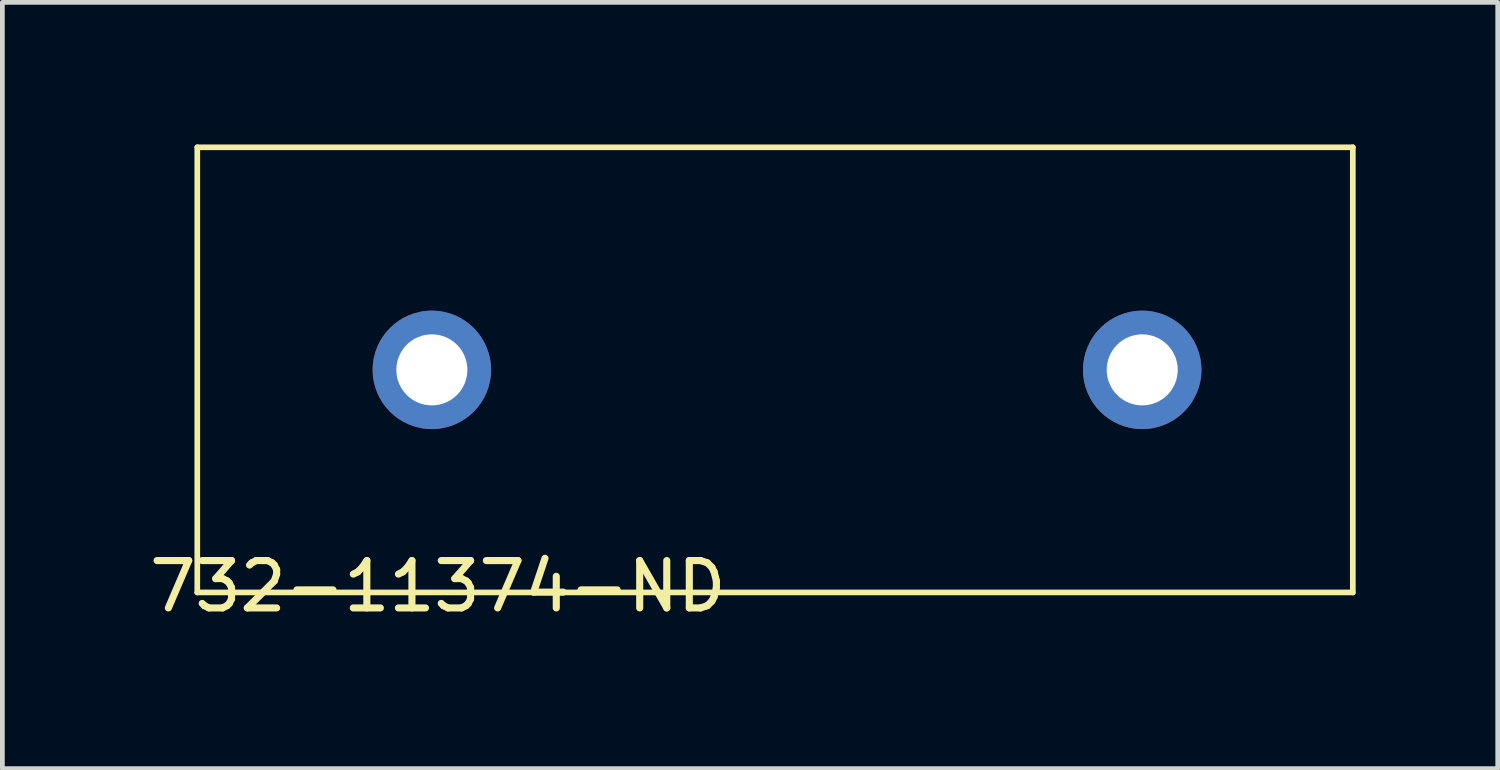
<source format=kicad_pcb>
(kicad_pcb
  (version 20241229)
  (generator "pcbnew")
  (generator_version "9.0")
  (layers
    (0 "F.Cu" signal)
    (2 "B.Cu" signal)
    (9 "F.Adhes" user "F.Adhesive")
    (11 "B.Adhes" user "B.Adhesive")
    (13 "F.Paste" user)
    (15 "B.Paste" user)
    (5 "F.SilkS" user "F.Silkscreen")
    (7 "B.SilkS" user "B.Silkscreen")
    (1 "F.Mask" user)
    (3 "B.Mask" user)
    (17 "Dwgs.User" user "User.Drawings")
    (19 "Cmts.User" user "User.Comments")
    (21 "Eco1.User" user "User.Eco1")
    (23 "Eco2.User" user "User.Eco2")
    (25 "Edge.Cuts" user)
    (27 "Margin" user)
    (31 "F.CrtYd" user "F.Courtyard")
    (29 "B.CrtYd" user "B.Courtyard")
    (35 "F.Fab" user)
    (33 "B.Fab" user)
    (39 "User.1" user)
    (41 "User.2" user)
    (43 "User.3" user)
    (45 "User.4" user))
  (footprint "732-11374-ND"
    (layer "F.Cu")
    (at 1.116 4.76)
    (property "Reference" "732-11374-ND" (at 5.08 4.572 0) (layer "F.SilkS") (effects (font (size 1 1) (thickness 0.15))))
    (attr through_hole)
    (fp_line (start 0 -4.7) (end 24.4 -4.7) (stroke (width 0.12) (type solid)) (layer "F.SilkS"))
    (fp_line (start 0 4.7) (end 0 -4.7) (stroke (width 0.12) (type solid)) (layer "F.SilkS"))
    (fp_line (start 24.4 -4.7) (end 24.4 4.7) (stroke (width 0.12) (type solid)) (layer "F.SilkS"))
    (fp_line (start 24.4 4.7) (end 0 4.7) (stroke (width 0.12) (type solid)) (layer "F.SilkS"))
    (pad "1" thru_hole circle (at 19.953 0) (size 2.5 2.5) (drill 1.5) (layers "*.Cu" "*.Mask"))
    (pad "2" thru_hole circle (at 4.953 0) (size 2.5 2.5) (drill 1.5) (layers "*.Cu" "*.Mask")))
  (gr_rect
    (start -3 -3)
    (end 28.576 13.18)
    (stroke (width 0.1) (type default))
    (fill no)
    (layer "Edge.Cuts")))
</source>
